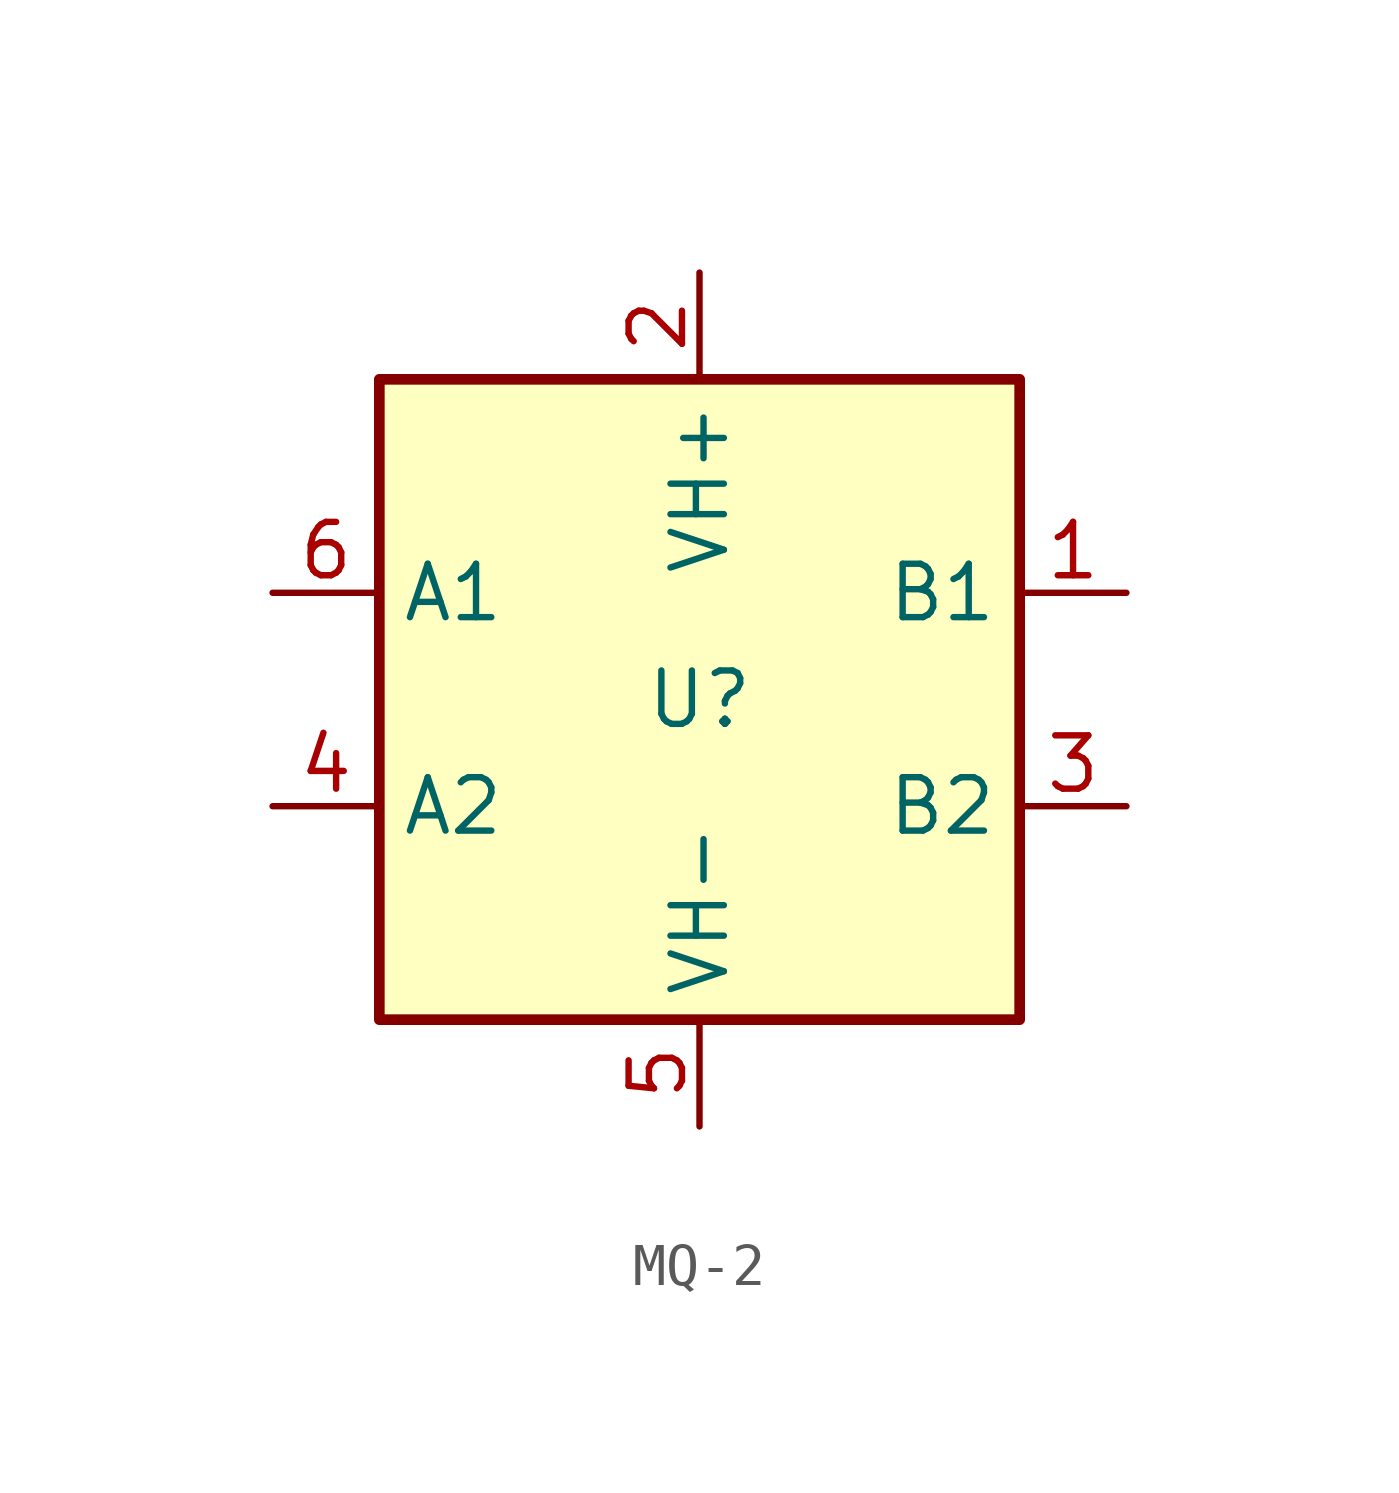
<source format=kicad_sym>
(kicad_symbol_lib
  (version 20241209)
  (generator "kicad_symbol_editor")
  (generator_version "9.0")
  (symbol "MQ-2"
    (property "Reference" "U"
      (at 0 0 0)
      (effects (font (size 1.27 1.27))))
    (property "Value" ""
      (at 0 0 0)
      (effects (font (size 1.27 1.27))))
    (symbol "MQ-2_0_1"
      (rectangle (start -7.62 7.62) (end 7.62 -7.62) (stroke (width 0.254) (type default)) (fill (type background))))
    (symbol "MQ-2_1_1"
      (pin passive line (at -10.16 2.54 0) (length 2.54) (name "A1" (effects (font (size 1.27 1.27)))) (number "6" (effects (font (size 1.27 1.27)))))
      (pin passive line (at -10.16 -2.54 0) (length 2.54) (name "A2" (effects (font (size 1.27 1.27)))) (number "4" (effects (font (size 1.27 1.27)))))
      (pin power_in line (at 0 10.16 270) (length 2.54) (name "VH+" (effects (font (size 1.27 1.27)))) (number "2" (effects (font (size 1.27 1.27)))))
      (pin power_in line (at 0 -10.16 90) (length 2.54) (name "VH-" (effects (font (size 1.27 1.27)))) (number "5" (effects (font (size 1.27 1.27)))))
      (pin passive line (at 10.16 2.54 180) (length 2.54) (name "B1" (effects (font (size 1.27 1.27)))) (number "1" (effects (font (size 1.27 1.27)))))
      (pin passive line (at 10.16 -2.54 180) (length 2.54) (name "B2" (effects (font (size 1.27 1.27)))) (number "3" (effects (font (size 1.27 1.27))))))))
</source>
